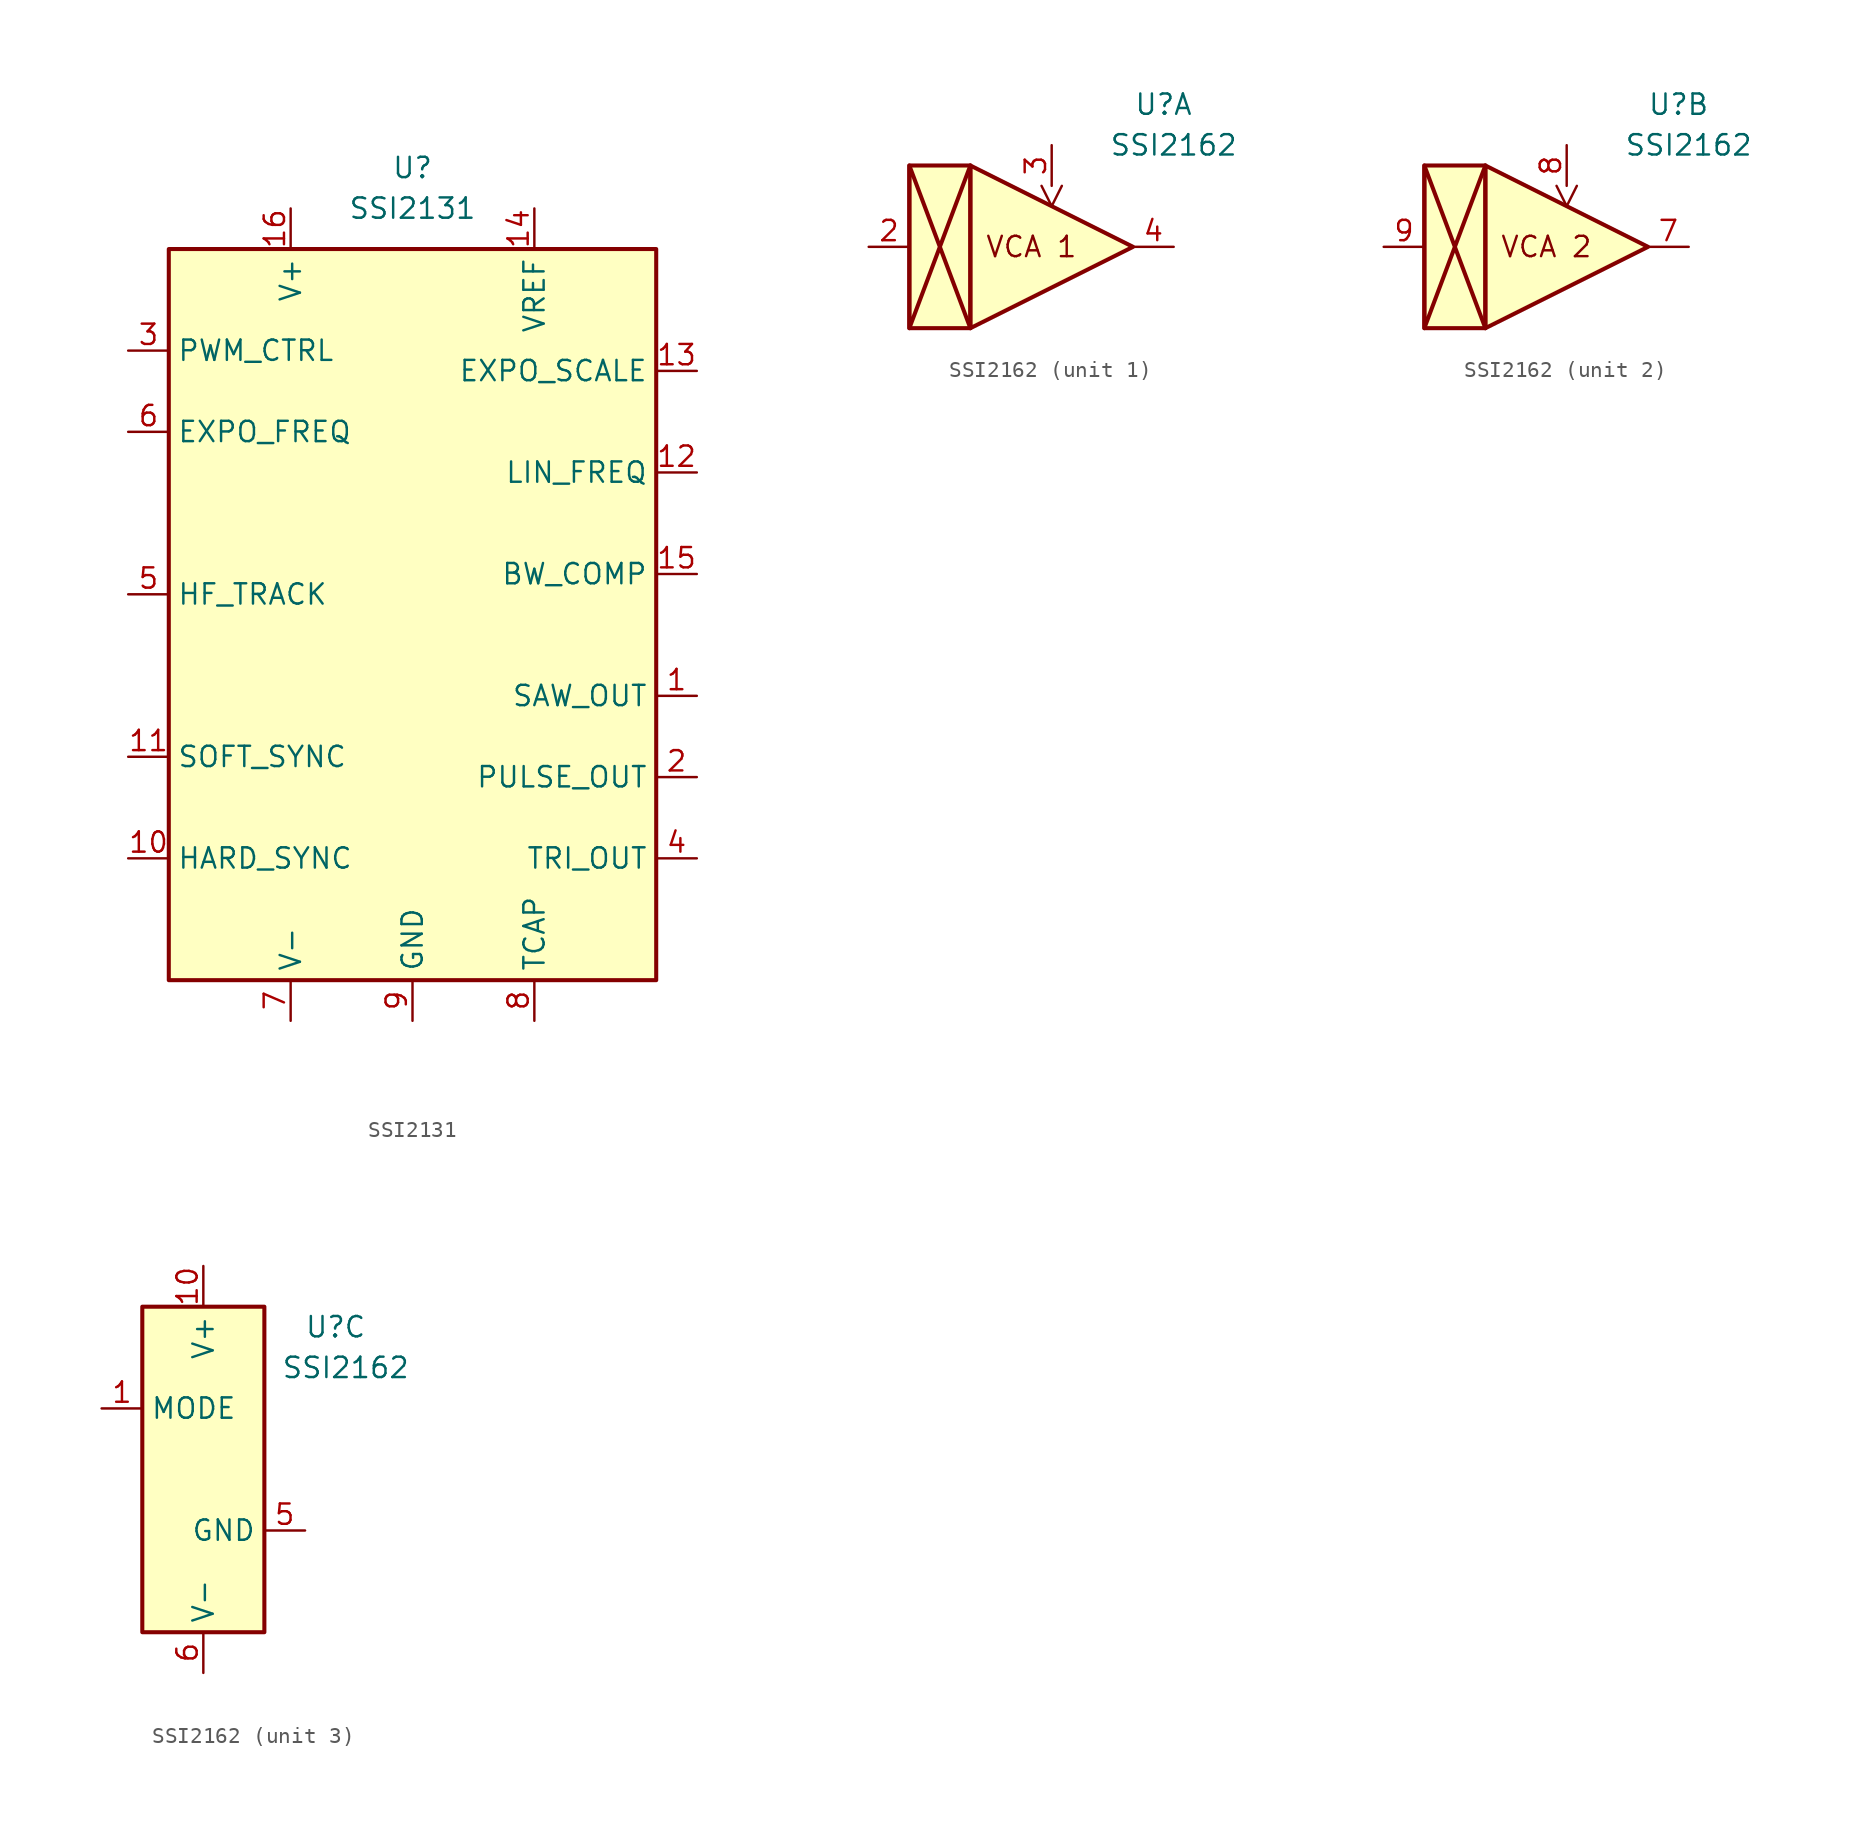
<source format=kicad_sym>
(kicad_symbol_lib
  (version 20211014)
  (generator kicad_symbol_editor)
  (symbol "SSI2131"
    (property "Reference" "U"
      (at 0 26.67 0)
      (effects (font (size 1.27 1.27))))
    (property "Value" "SSI2131"
      (at 0 24.13 0)
      (effects (font (size 1.27 1.27))))
    (symbol "SSI2131_0_1"
      (rectangle (start -15.24 21.59) (end 15.24 -24.13) (stroke (width 0.254) (type default) (color 0 0 0 0)) (fill (type background))))
    (symbol "SSI2131_1_1"
      (pin passive line (at 17.78 -6.35 180) (length 2.54) (name "SAW_OUT" (effects (font (size 1.27 1.27)))) (number "1" (effects (font (size 1.27 1.27)))))
      (pin passive line (at -17.78 -16.51 0) (length 2.54) (name "HARD_SYNC" (effects (font (size 1.27 1.27)))) (number "10" (effects (font (size 1.27 1.27)))))
      (pin passive line (at -17.78 -10.16 0) (length 2.54) (name "SOFT_SYNC" (effects (font (size 1.27 1.27)))) (number "11" (effects (font (size 1.27 1.27)))))
      (pin passive line (at 17.78 7.62 180) (length 2.54) (name "LIN_FREQ" (effects (font (size 1.27 1.27)))) (number "12" (effects (font (size 1.27 1.27)))))
      (pin passive line (at 17.78 13.97 180) (length 2.54) (name "EXPO_SCALE" (effects (font (size 1.27 1.27)))) (number "13" (effects (font (size 1.27 1.27)))))
      (pin passive line (at 7.62 24.13 270) (length 2.54) (name "VREF" (effects (font (size 1.27 1.27)))) (number "14" (effects (font (size 1.27 1.27)))))
      (pin passive line (at 17.78 1.27 180) (length 2.54) (name "BW_COMP" (effects (font (size 1.27 1.27)))) (number "15" (effects (font (size 1.27 1.27)))))
      (pin passive line (at -7.62 24.13 270) (length 2.54) (name "V+" (effects (font (size 1.27 1.27)))) (number "16" (effects (font (size 1.27 1.27)))))
      (pin passive line (at 17.78 -11.43 180) (length 2.54) (name "PULSE_OUT" (effects (font (size 1.27 1.27)))) (number "2" (effects (font (size 1.27 1.27)))))
      (pin passive line (at -17.78 15.24 0) (length 2.54) (name "PWM_CTRL" (effects (font (size 1.27 1.27)))) (number "3" (effects (font (size 1.27 1.27)))))
      (pin passive line (at 17.78 -16.51 180) (length 2.54) (name "TRI_OUT" (effects (font (size 1.27 1.27)))) (number "4" (effects (font (size 1.27 1.27)))))
      (pin passive line (at -17.78 0 0) (length 2.54) (name "HF_TRACK" (effects (font (size 1.27 1.27)))) (number "5" (effects (font (size 1.27 1.27)))))
      (pin passive line (at -17.78 10.16 0) (length 2.54) (name "EXPO_FREQ" (effects (font (size 1.27 1.27)))) (number "6" (effects (font (size 1.27 1.27)))))
      (pin passive line (at -7.62 -26.67 90) (length 2.54) (name "V-" (effects (font (size 1.27 1.27)))) (number "7" (effects (font (size 1.27 1.27)))))
      (pin passive line (at 7.62 -26.67 90) (length 2.54) (name "TCAP" (effects (font (size 1.27 1.27)))) (number "8" (effects (font (size 1.27 1.27)))))
      (pin passive line (at 0 -26.67 90) (length 2.54) (name "GND" (effects (font (size 1.27 1.27)))) (number "9" (effects (font (size 1.27 1.27)))))))
  (symbol "SSI2162"
    (property "Reference" "U"
      (at 8.255 8.89 0)
      (effects (font (size 1.27 1.27))))
    (property "Value" "SSI2162"
      (at 8.89 6.35 0)
      (effects (font (size 1.27 1.27))))
    (property "ki_locked" ""
      (at 0 0 0)
      (effects (font (size 1.27 1.27))))
    (symbol "SSI2162_1_0"
      (text "VCA 1" (at 0 0 0) (effects (font (size 1.27 1.27)))))
    (symbol "SSI2162_1_1"
      (rectangle (start -3.81 5.08) (end -7.62 -5.08) (stroke (width 0.254) (type default) (color 0 0 0 0)) (fill (type background)))
      (polyline (pts (xy -3.81 5.08) (xy -7.62 -5.08) (xy -7.62 5.08) (xy -3.81 -5.08)) (stroke (width 0.254) (type default) (color 0 0 0 0)) (fill (type none)))
      (polyline (pts (xy -3.81 5.08) (xy 6.35 0) (xy -3.81 -5.08) (xy -3.81 5.08)) (stroke (width 0.254) (type default) (color 0 0 0 0)) (fill (type background)))
      (pin input line (at -10.16 0 0) (length 2.54) (name "~" (effects (font (size 1.27 1.27)))) (number "2" (effects (font (size 1.27 1.27)))))
      (pin input clock (at 1.27 6.35 270) (length 2.54) (name "~" (effects (font (size 1.27 1.27)))) (number "3" (effects (font (size 1.27 1.27)))))
      (pin output line (at 8.89 0 180) (length 2.54) (name "~" (effects (font (size 1.27 1.27)))) (number "4" (effects (font (size 1.27 1.27))))))
    (symbol "SSI2162_2_0"
      (text "VCA 2" (at 0 0 0) (effects (font (size 1.27 1.27)))))
    (symbol "SSI2162_2_1"
      (rectangle (start -3.81 5.08) (end -7.62 -5.08) (stroke (width 0.254) (type default) (color 0 0 0 0)) (fill (type background)))
      (polyline (pts (xy -3.81 5.08) (xy -7.62 -5.08) (xy -7.62 5.08) (xy -3.81 -5.08)) (stroke (width 0.254) (type default) (color 0 0 0 0)) (fill (type none)))
      (polyline (pts (xy -3.81 5.08) (xy 6.35 0) (xy -3.81 -5.08) (xy -3.81 5.08)) (stroke (width 0.254) (type default) (color 0 0 0 0)) (fill (type background)))
      (pin output line (at 8.89 0 180) (length 2.54) (name "~" (effects (font (size 1.27 1.27)))) (number "7" (effects (font (size 1.27 1.27)))))
      (pin input clock (at 1.27 6.35 270) (length 2.54) (name "~" (effects (font (size 1.27 1.27)))) (number "8" (effects (font (size 1.27 1.27)))))
      (pin input line (at -10.16 0 0) (length 2.54) (name "~" (effects (font (size 1.27 1.27)))) (number "9" (effects (font (size 1.27 1.27))))))
    (symbol "SSI2162_3_1"
      (rectangle (start -3.81 10.16) (end 3.81 -10.16) (stroke (width 0.254) (type default) (color 0 0 0 0)) (fill (type background)))
      (pin passive line (at -6.35 3.81 0) (length 2.54) (name "MODE" (effects (font (size 1.27 1.27)))) (number "1" (effects (font (size 1.27 1.27)))))
      (pin power_in line (at 0 12.7 270) (length 2.54) (name "V+" (effects (font (size 1.27 1.27)))) (number "10" (effects (font (size 1.27 1.27)))))
      (pin power_in line (at 6.35 -3.81 180) (length 2.54) (name "GND" (effects (font (size 1.27 1.27)))) (number "5" (effects (font (size 1.27 1.27)))))
      (pin power_in line (at 0 -12.7 90) (length 2.54) (name "V-" (effects (font (size 1.27 1.27)))) (number "6" (effects (font (size 1.27 1.27))))))))
</source>
